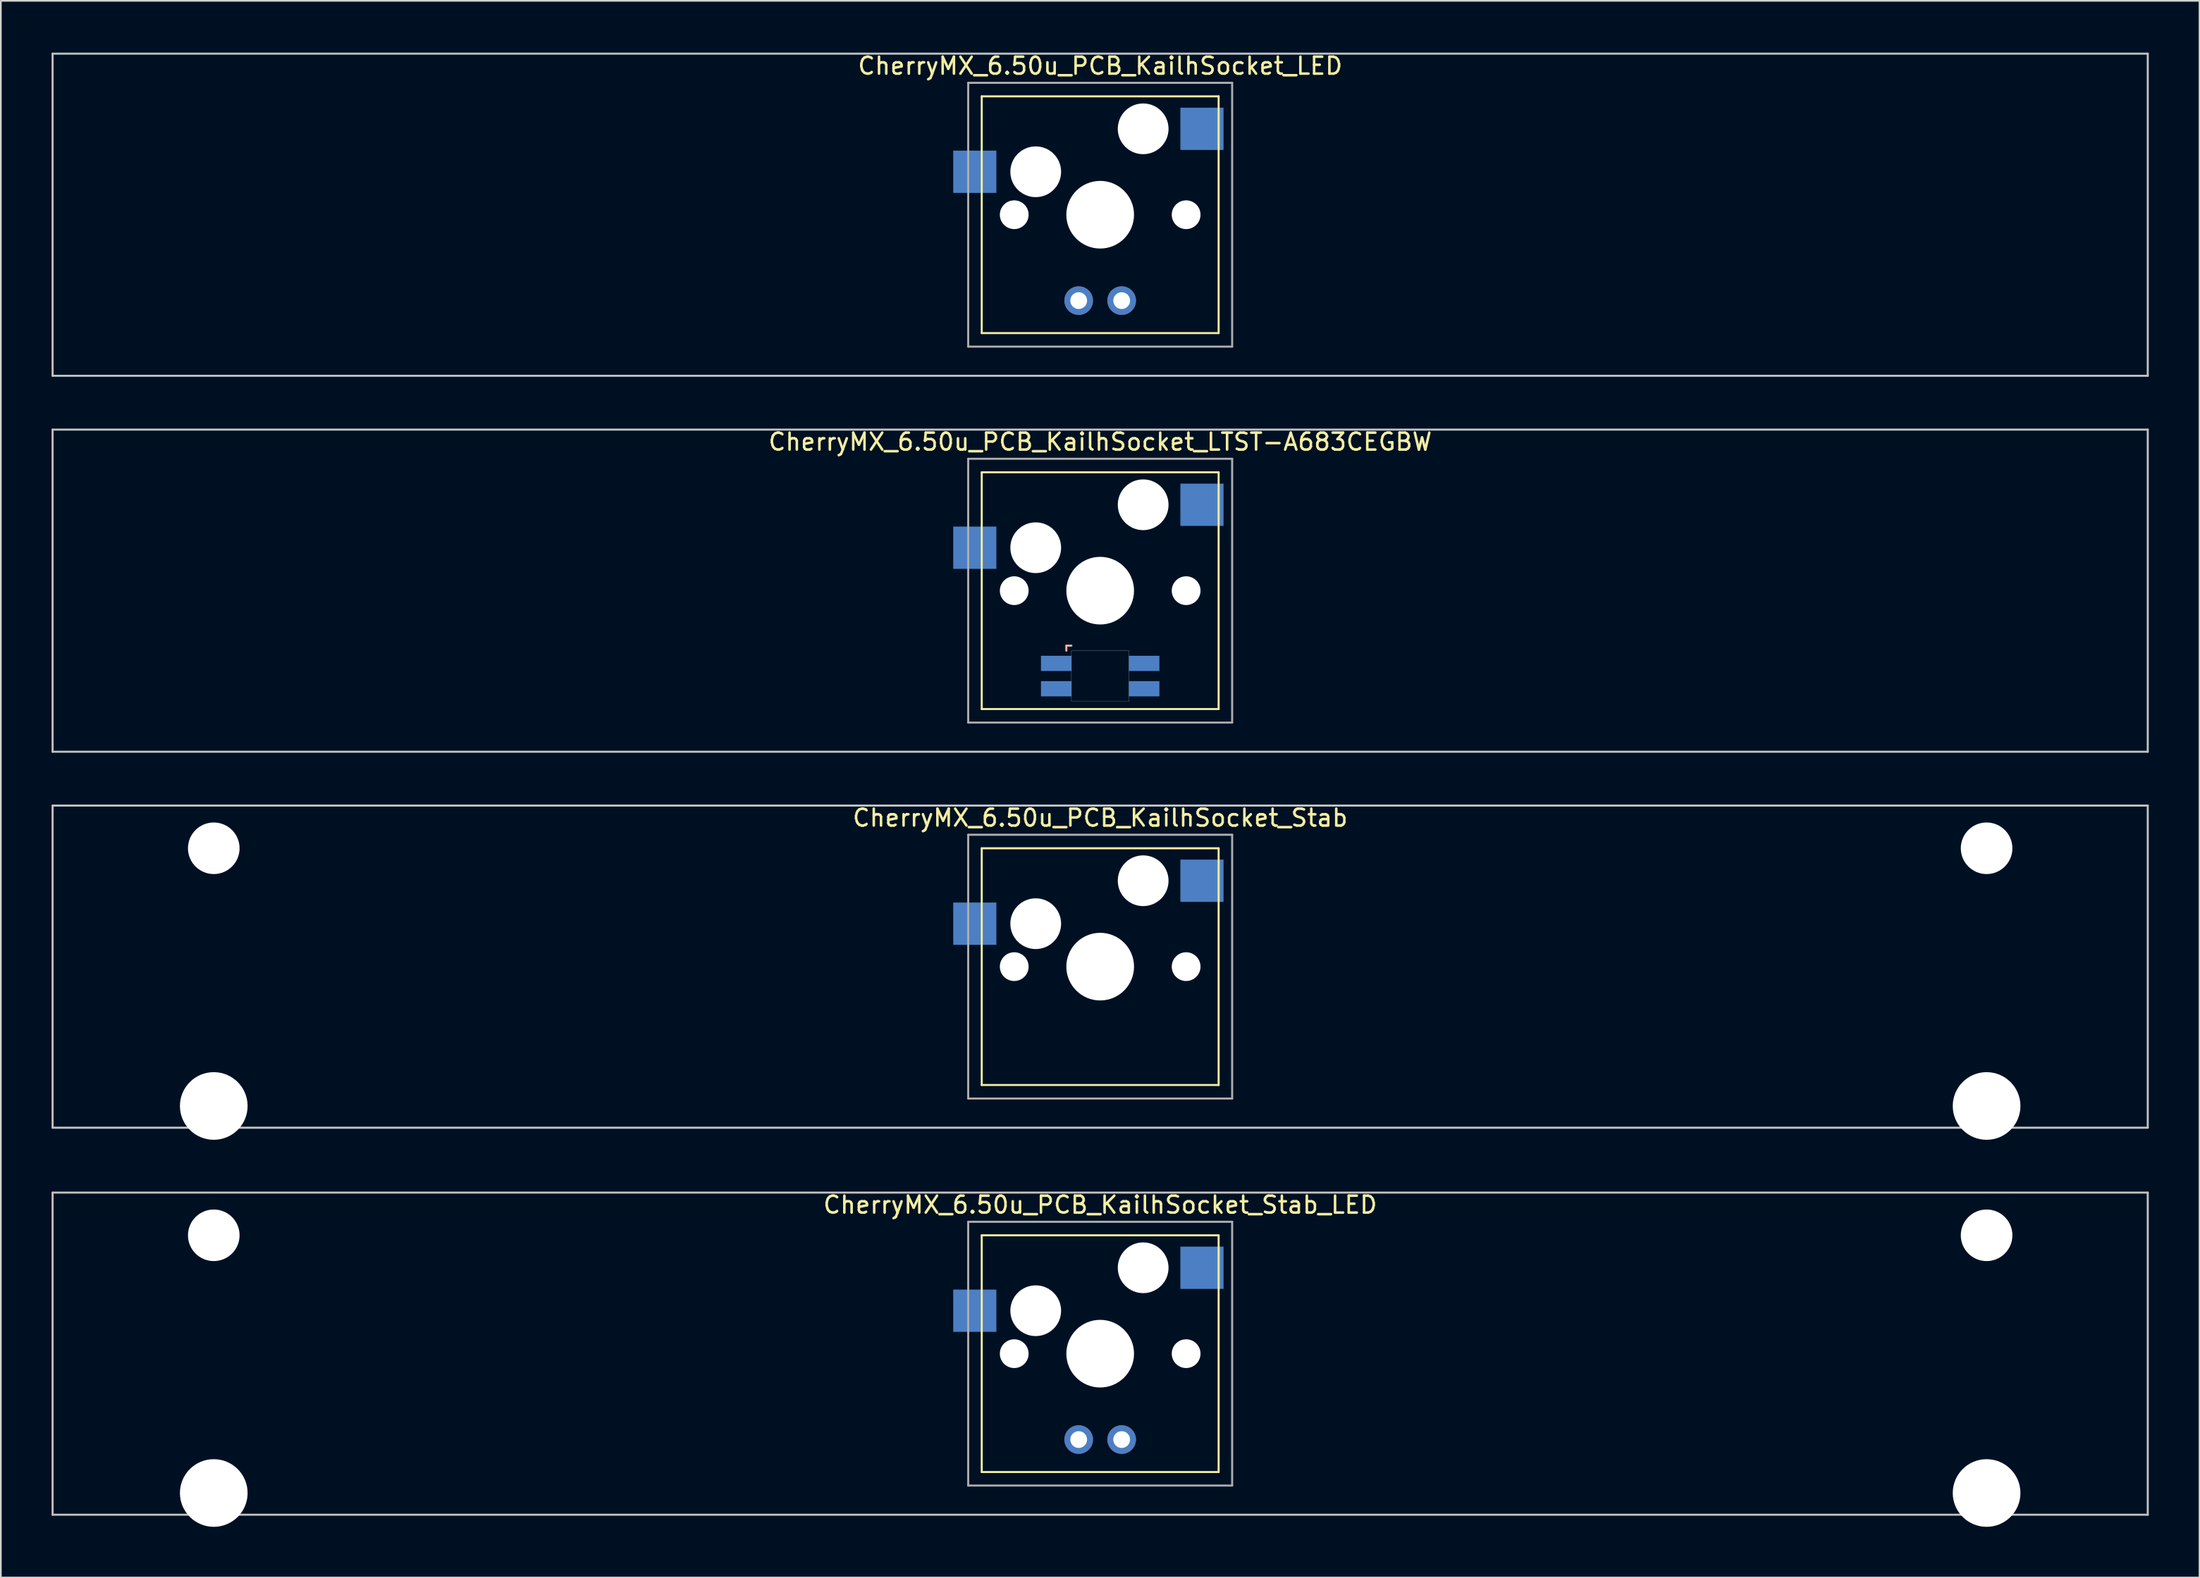
<source format=kicad_pcb>
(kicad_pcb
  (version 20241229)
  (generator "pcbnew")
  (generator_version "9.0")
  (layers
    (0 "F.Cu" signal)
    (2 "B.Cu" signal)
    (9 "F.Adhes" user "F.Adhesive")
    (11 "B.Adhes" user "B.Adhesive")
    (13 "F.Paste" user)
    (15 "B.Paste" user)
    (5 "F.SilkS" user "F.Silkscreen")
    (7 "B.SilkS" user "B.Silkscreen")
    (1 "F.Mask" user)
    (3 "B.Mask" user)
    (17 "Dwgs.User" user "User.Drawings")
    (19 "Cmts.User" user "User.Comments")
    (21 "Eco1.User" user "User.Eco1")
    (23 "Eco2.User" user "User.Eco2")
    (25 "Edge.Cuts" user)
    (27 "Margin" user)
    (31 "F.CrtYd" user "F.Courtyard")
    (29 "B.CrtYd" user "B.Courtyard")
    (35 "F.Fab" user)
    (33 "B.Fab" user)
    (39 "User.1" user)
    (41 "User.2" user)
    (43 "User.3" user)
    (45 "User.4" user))
  (footprint "CherryMX_6.50u_PCB_KailhSocket_LTST-A683CEGBW"
    (layer "F.Cu")
    (at 61.972 31.881)
    (property "Reference" "CherryMX_6.50u_PCB_KailhSocket_LTST-A683CEGBW" (at 0 -8.8 0) (layer "F.SilkS") (effects (font (size 1 1) (thickness 0.15))))
    (attr through_hole)
    (fp_line (start -7 -7) (end -7 7) (stroke (width 0.12) (type solid)) (layer "F.SilkS"))
    (fp_line (start -7 -7) (end 7 -7) (stroke (width 0.12) (type solid)) (layer "F.SilkS"))
    (fp_line (start 7 -7) (end 7 7) (stroke (width 0.12) (type solid)) (layer "F.SilkS"))
    (fp_line (start 7 7) (end -7 7) (stroke (width 0.12) (type solid)) (layer "F.SilkS"))
    (fp_line (start -2 3.25) (end -2 3.55) (stroke (width 0.12) (type solid)) (layer "B.SilkS"))
    (fp_line (start -1.7 3.25) (end -2 3.25) (stroke (width 0.12) (type solid)) (layer "B.SilkS"))
    (fp_line (start -61.913 -9.525) (end 61.913 -9.525) (stroke (width 0.12) (type solid)) (layer "Dwgs.User"))
    (fp_line (start -61.913 9.525) (end -61.913 -9.525) (stroke (width 0.12) (type solid)) (layer "Dwgs.User"))
    (fp_line (start 61.913 -9.525) (end 61.913 9.525) (stroke (width 0.12) (type solid)) (layer "Dwgs.User"))
    (fp_line (start 61.913 9.525) (end -61.913 9.525) (stroke (width 0.12) (type solid)) (layer "Dwgs.User"))
    (fp_poly (pts (xy 1.7 6.55) (xy -1.7 6.55) (xy -1.7 3.55) (xy 1.7 3.55)) (stroke (width 0.01) (type solid)) (fill no) (layer "Edge.Cuts"))
    (fp_line (start -7.8 -7.8) (end -7.8 7.8) (stroke (width 0.12) (type solid)) (layer "F.Fab"))
    (fp_line (start -7.8 -7.8) (end 7.8 -7.8) (stroke (width 0.12) (type solid)) (layer "F.Fab"))
    (fp_line (start -7.8 7.8) (end 7.8 7.8) (stroke (width 0.12) (type solid)) (layer "F.Fab"))
    (fp_line (start 7.8 -7.8) (end 7.8 7.8) (stroke (width 0.12) (type solid)) (layer "F.Fab"))
    (pad "" np_thru_hole circle (at -5.08 0) (size 1.7 1.7) (drill 1.7) (layers "*.Cu" "*.Mask"))
    (pad "" np_thru_hole circle (at -3.81 -2.54) (size 3 3) (drill 3) (layers "*.Cu" "*.Mask"))
    (pad "" np_thru_hole circle (at 0 0) (size 4 4) (drill 4) (layers "*.Cu" "*.Mask"))
    (pad "" np_thru_hole circle (at 2.54 -5.08) (size 3 3) (drill 3) (layers "*.Cu" "*.Mask"))
    (pad "" np_thru_hole circle (at 5.08 0) (size 1.7 1.7) (drill 1.7) (layers "*.Cu" "*.Mask"))
    (pad "1" smd rect (at -7.41 -2.54) (size 2.55 2.5) (layers "B.Cu" "B.Mask" "B.Paste"))
    (pad "2" smd rect (at 6.015 -5.08) (size 2.55 2.5) (layers "B.Cu" "B.Mask" "B.Paste"))
    (pad "3" smd rect (at -2.6 4.3) (size 1.8 0.9) (layers "B.Cu" "B.Mask" "B.Paste"))
    (pad "4" smd rect (at -2.6 5.8) (size 1.8 0.9) (layers "B.Cu" "B.Mask" "B.Paste"))
    (pad "5" smd rect (at 2.6 4.3) (size 1.8 0.9) (layers "B.Cu" "B.Mask" "B.Paste"))
    (pad "6" smd rect (at 2.6 5.8) (size 1.8 0.9) (layers "B.Cu" "B.Mask" "B.Paste")))
  (footprint "CherryMX_6.50u_PCB_KailhSocket_Stab"
    (layer "F.Cu")
    (at 61.972 54.115)
    (property "Reference" "CherryMX_6.50u_PCB_KailhSocket_Stab" (at 0 -8.8 0) (layer "F.SilkS") (effects (font (size 1 1) (thickness 0.15))))
    (attr through_hole)
    (fp_line (start -7 -7) (end -7 7) (stroke (width 0.12) (type solid)) (layer "F.SilkS"))
    (fp_line (start -7 -7) (end 7 -7) (stroke (width 0.12) (type solid)) (layer "F.SilkS"))
    (fp_line (start 7 -7) (end 7 7) (stroke (width 0.12) (type solid)) (layer "F.SilkS"))
    (fp_line (start 7 7) (end -7 7) (stroke (width 0.12) (type solid)) (layer "F.SilkS"))
    (fp_line (start -61.913 -9.525) (end 61.913 -9.525) (stroke (width 0.12) (type solid)) (layer "Dwgs.User"))
    (fp_line (start -61.913 9.525) (end -61.913 -9.525) (stroke (width 0.12) (type solid)) (layer "Dwgs.User"))
    (fp_line (start 61.913 -9.525) (end 61.913 9.525) (stroke (width 0.12) (type solid)) (layer "Dwgs.User"))
    (fp_line (start 61.913 9.525) (end -61.913 9.525) (stroke (width 0.12) (type solid)) (layer "Dwgs.User"))
    (fp_line (start -7.8 -7.8) (end -7.8 7.8) (stroke (width 0.12) (type solid)) (layer "F.Fab"))
    (fp_line (start -7.8 -7.8) (end 7.8 -7.8) (stroke (width 0.12) (type solid)) (layer "F.Fab"))
    (fp_line (start -7.8 7.8) (end 7.8 7.8) (stroke (width 0.12) (type solid)) (layer "F.Fab"))
    (fp_line (start 7.8 -7.8) (end 7.8 7.8) (stroke (width 0.12) (type solid)) (layer "F.Fab"))
    (pad "" np_thru_hole circle (at -52.388 -7) (size 3.05 3.05) (drill 3.05) (layers "*.Cu" "*.Mask"))
    (pad "" np_thru_hole circle (at -52.388 8.24) (size 4 4) (drill 4) (layers "*.Cu" "*.Mask"))
    (pad "" np_thru_hole circle (at -5.08 0) (size 1.7 1.7) (drill 1.7) (layers "*.Cu" "*.Mask"))
    (pad "" np_thru_hole circle (at -3.81 -2.54) (size 3 3) (drill 3) (layers "*.Cu" "*.Mask"))
    (pad "" np_thru_hole circle (at 0 0) (size 4 4) (drill 4) (layers "*.Cu" "*.Mask"))
    (pad "" np_thru_hole circle (at 2.54 -5.08) (size 3 3) (drill 3) (layers "*.Cu" "*.Mask"))
    (pad "" np_thru_hole circle (at 5.08 0) (size 1.7 1.7) (drill 1.7) (layers "*.Cu" "*.Mask"))
    (pad "" np_thru_hole circle (at 52.388 -7) (size 3.05 3.05) (drill 3.05) (layers "*.Cu" "*.Mask"))
    (pad "" np_thru_hole circle (at 52.388 8.24) (size 4 4) (drill 4) (layers "*.Cu" "*.Mask"))
    (pad "1" smd rect (at -7.41 -2.54) (size 2.55 2.5) (layers "B.Cu" "B.Mask" "B.Paste"))
    (pad "2" smd rect (at 6.015 -5.08) (size 2.55 2.5) (layers "B.Cu" "B.Mask" "B.Paste")))
  (footprint "CherryMX_6.50u_PCB_KailhSocket_LED"
    (layer "F.Cu")
    (at 61.972 9.648)
    (property "Reference" "CherryMX_6.50u_PCB_KailhSocket_LED" (at 0 -8.8 0) (layer "F.SilkS") (effects (font (size 1 1) (thickness 0.15))))
    (attr through_hole)
    (fp_line (start -7 -7) (end -7 7) (stroke (width 0.12) (type solid)) (layer "F.SilkS"))
    (fp_line (start -7 -7) (end 7 -7) (stroke (width 0.12) (type solid)) (layer "F.SilkS"))
    (fp_line (start 7 -7) (end 7 7) (stroke (width 0.12) (type solid)) (layer "F.SilkS"))
    (fp_line (start 7 7) (end -7 7) (stroke (width 0.12) (type solid)) (layer "F.SilkS"))
    (fp_line (start -61.913 -9.525) (end 61.913 -9.525) (stroke (width 0.12) (type solid)) (layer "Dwgs.User"))
    (fp_line (start -61.913 9.525) (end -61.913 -9.525) (stroke (width 0.12) (type solid)) (layer "Dwgs.User"))
    (fp_line (start 61.913 -9.525) (end 61.913 9.525) (stroke (width 0.12) (type solid)) (layer "Dwgs.User"))
    (fp_line (start 61.913 9.525) (end -61.913 9.525) (stroke (width 0.12) (type solid)) (layer "Dwgs.User"))
    (fp_line (start -7.8 -7.8) (end -7.8 7.8) (stroke (width 0.12) (type solid)) (layer "F.Fab"))
    (fp_line (start -7.8 -7.8) (end 7.8 -7.8) (stroke (width 0.12) (type solid)) (layer "F.Fab"))
    (fp_line (start -7.8 7.8) (end 7.8 7.8) (stroke (width 0.12) (type solid)) (layer "F.Fab"))
    (fp_line (start 7.8 -7.8) (end 7.8 7.8) (stroke (width 0.12) (type solid)) (layer "F.Fab"))
    (pad "" np_thru_hole circle (at -5.08 0) (size 1.7 1.7) (drill 1.7) (layers "*.Cu" "*.Mask"))
    (pad "" np_thru_hole circle (at -3.81 -2.54) (size 3 3) (drill 3) (layers "*.Cu" "*.Mask"))
    (pad "" np_thru_hole circle (at 0 0) (size 4 4) (drill 4) (layers "*.Cu" "*.Mask"))
    (pad "" np_thru_hole circle (at 2.54 -5.08) (size 3 3) (drill 3) (layers "*.Cu" "*.Mask"))
    (pad "" np_thru_hole circle (at 5.08 0) (size 1.7 1.7) (drill 1.7) (layers "*.Cu" "*.Mask"))
    (pad "1" smd rect (at -7.41 -2.54) (size 2.55 2.5) (layers "B.Cu" "B.Mask" "B.Paste"))
    (pad "2" smd rect (at 6.015 -5.08) (size 2.55 2.5) (layers "B.Cu" "B.Mask" "B.Paste"))
    (pad "3" thru_hole circle (at -1.27 5.08) (size 1.691 1.691) (drill 0.991) (layers "*.Cu" "*.Mask"))
    (pad "4" thru_hole circle (at 1.27 5.08) (size 1.691 1.691) (drill 0.991) (layers "*.Cu" "*.Mask")))
  (footprint "CherryMX_6.50u_PCB_KailhSocket_Stab_LED"
    (layer "F.Cu")
    (at 61.972 77.003)
    (property "Reference" "CherryMX_6.50u_PCB_KailhSocket_Stab_LED" (at 0 -8.8 0) (layer "F.SilkS") (effects (font (size 1 1) (thickness 0.15))))
    (attr through_hole)
    (fp_line (start -7 -7) (end -7 7) (stroke (width 0.12) (type solid)) (layer "F.SilkS"))
    (fp_line (start -7 -7) (end 7 -7) (stroke (width 0.12) (type solid)) (layer "F.SilkS"))
    (fp_line (start 7 -7) (end 7 7) (stroke (width 0.12) (type solid)) (layer "F.SilkS"))
    (fp_line (start 7 7) (end -7 7) (stroke (width 0.12) (type solid)) (layer "F.SilkS"))
    (fp_line (start -61.913 -9.525) (end 61.913 -9.525) (stroke (width 0.12) (type solid)) (layer "Dwgs.User"))
    (fp_line (start -61.913 9.525) (end -61.913 -9.525) (stroke (width 0.12) (type solid)) (layer "Dwgs.User"))
    (fp_line (start 61.913 -9.525) (end 61.913 9.525) (stroke (width 0.12) (type solid)) (layer "Dwgs.User"))
    (fp_line (start 61.913 9.525) (end -61.913 9.525) (stroke (width 0.12) (type solid)) (layer "Dwgs.User"))
    (fp_line (start -7.8 -7.8) (end -7.8 7.8) (stroke (width 0.12) (type solid)) (layer "F.Fab"))
    (fp_line (start -7.8 -7.8) (end 7.8 -7.8) (stroke (width 0.12) (type solid)) (layer "F.Fab"))
    (fp_line (start -7.8 7.8) (end 7.8 7.8) (stroke (width 0.12) (type solid)) (layer "F.Fab"))
    (fp_line (start 7.8 -7.8) (end 7.8 7.8) (stroke (width 0.12) (type solid)) (layer "F.Fab"))
    (pad "" np_thru_hole circle (at -52.388 -7) (size 3.05 3.05) (drill 3.05) (layers "*.Cu" "*.Mask"))
    (pad "" np_thru_hole circle (at -52.388 8.24) (size 4 4) (drill 4) (layers "*.Cu" "*.Mask"))
    (pad "" np_thru_hole circle (at -5.08 0) (size 1.7 1.7) (drill 1.7) (layers "*.Cu" "*.Mask"))
    (pad "" np_thru_hole circle (at -3.81 -2.54) (size 3 3) (drill 3) (layers "*.Cu" "*.Mask"))
    (pad "" np_thru_hole circle (at 0 0) (size 4 4) (drill 4) (layers "*.Cu" "*.Mask"))
    (pad "" np_thru_hole circle (at 2.54 -5.08) (size 3 3) (drill 3) (layers "*.Cu" "*.Mask"))
    (pad "" np_thru_hole circle (at 5.08 0) (size 1.7 1.7) (drill 1.7) (layers "*.Cu" "*.Mask"))
    (pad "" np_thru_hole circle (at 52.388 -7) (size 3.05 3.05) (drill 3.05) (layers "*.Cu" "*.Mask"))
    (pad "" np_thru_hole circle (at 52.388 8.24) (size 4 4) (drill 4) (layers "*.Cu" "*.Mask"))
    (pad "1" smd rect (at -7.41 -2.54) (size 2.55 2.5) (layers "B.Cu" "B.Mask" "B.Paste"))
    (pad "2" smd rect (at 6.015 -5.08) (size 2.55 2.5) (layers "B.Cu" "B.Mask" "B.Paste"))
    (pad "3" thru_hole circle (at -1.27 5.08) (size 1.691 1.691) (drill 0.991) (layers "*.Cu" "*.Mask"))
    (pad "4" thru_hole circle (at 1.27 5.08) (size 1.691 1.691) (drill 0.991) (layers "*.Cu" "*.Mask")))
  (gr_rect
    (start -3 -3)
    (end 126.945 90.243)
    (stroke (width 0.1) (type default))
    (fill no)
    (layer "Edge.Cuts")))
</source>
